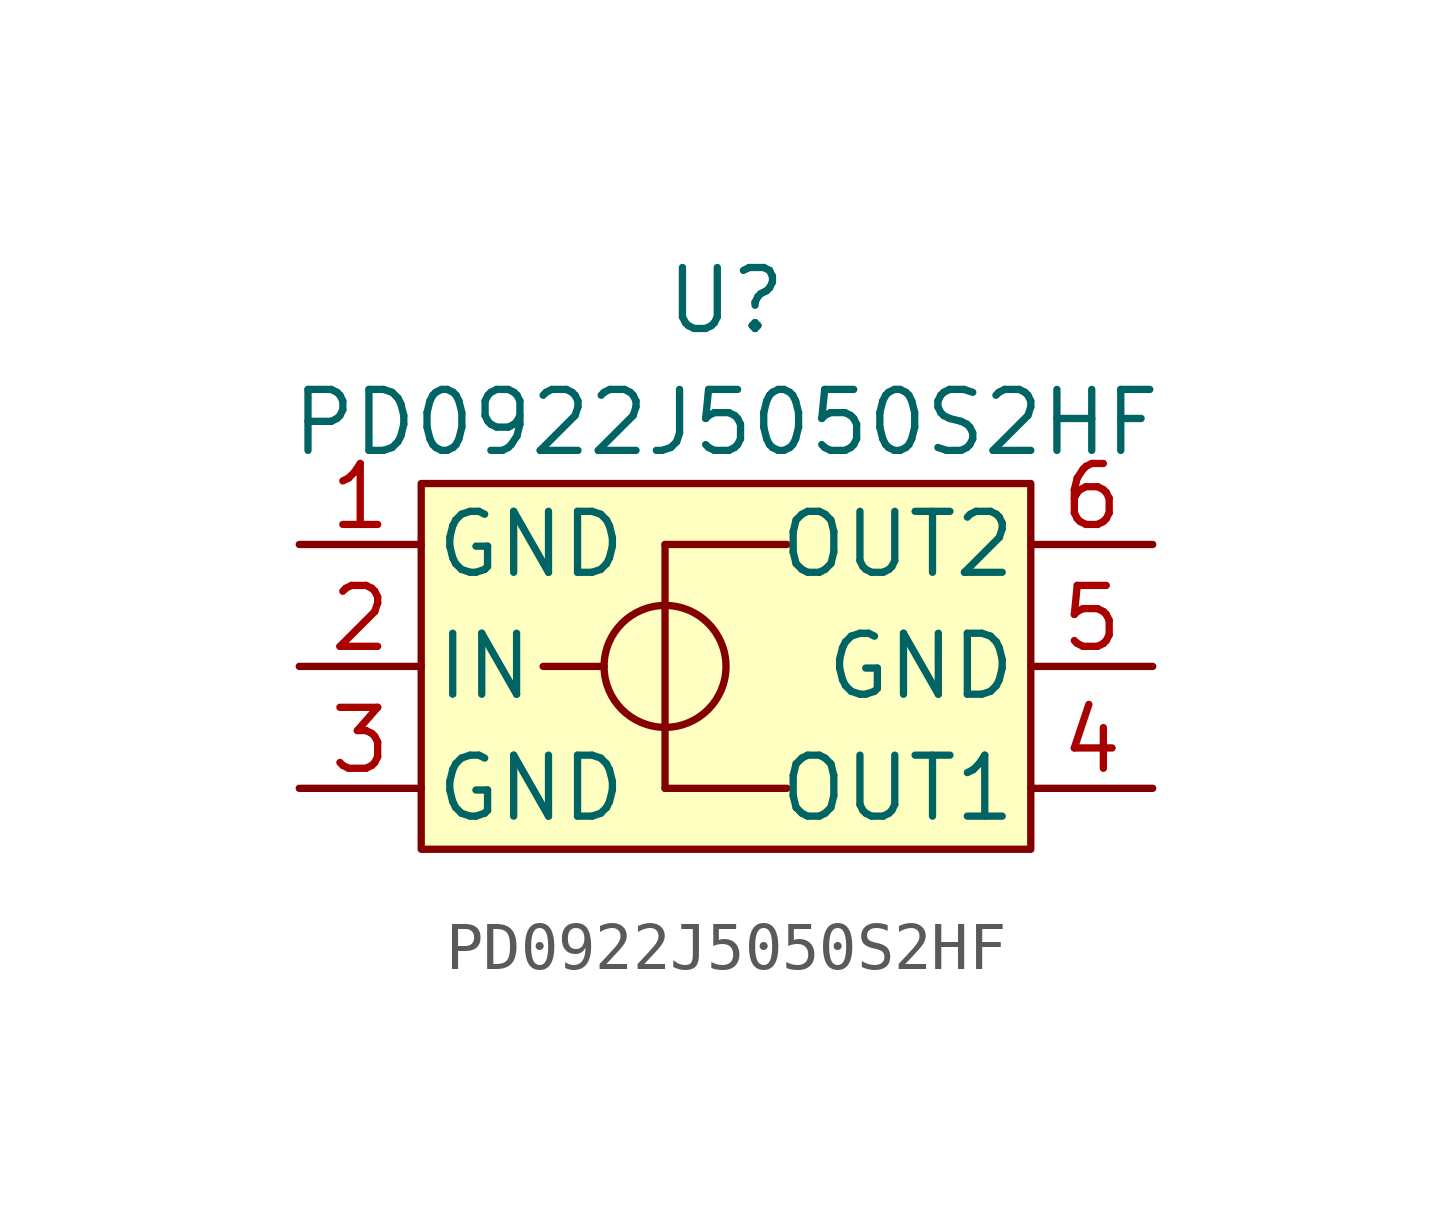
<source format=kicad_sym>
(kicad_symbol_lib
  (version 20211014)
  (generator kicad_symbol_editor)
  (symbol "PD0922J5050S2HF"
    (pin_names
      (offset 0.254))
    (property "Reference" "U"
      (at 0 7.62 0)
      (effects (font (size 1.27 1.27))))
    (property "Value" "PD0922J5050S2HF"
      (at 0 5.08 0)
      (effects (font (size 1.27 1.27))))
    (symbol "PD0922J5050S2HF_0_1"
      (rectangle (start -6.35 3.81) (end 6.35 -3.81) (stroke (width 0) (type default) (color 0 0 0 0)) (fill (type background)))
      (circle (center -1.27 0) (radius 1.27) (stroke (width 0) (type default) (color 0 0 0 0)) (fill (type none)))
      (polyline (pts (xy -2.54 0) (xy -3.81 0)) (stroke (width 0) (type default) (color 0 0 0 0)) (fill (type none)))
      (polyline (pts (xy -1.27 -2.54) (xy 1.27 -2.54)) (stroke (width 0) (type default) (color 0 0 0 0)) (fill (type none)))
      (polyline (pts (xy -1.27 2.54) (xy -1.27 -2.54)) (stroke (width 0) (type default) (color 0 0 0 0)) (fill (type none)))
      (polyline (pts (xy -1.27 2.54) (xy 1.27 2.54)) (stroke (width 0) (type default) (color 0 0 0 0)) (fill (type none)))
      (pin passive line (at -8.89 2.54 0) (length 2.54) (name "GND" (effects (font (size 1.27 1.27)))) (number "1" (effects (font (size 1.27 1.27)))))
      (pin passive line (at -8.89 0 0) (length 2.54) (name "IN" (effects (font (size 1.27 1.27)))) (number "2" (effects (font (size 1.27 1.27)))))
      (pin passive line (at -8.89 -2.54 0) (length 2.54) (name "GND" (effects (font (size 1.27 1.27)))) (number "3" (effects (font (size 1.27 1.27)))))
      (pin passive line (at 8.89 -2.54 180) (length 2.54) (name "OUT1" (effects (font (size 1.27 1.27)))) (number "4" (effects (font (size 1.27 1.27)))))
      (pin passive line (at 8.89 0 180) (length 2.54) (name "GND" (effects (font (size 1.27 1.27)))) (number "5" (effects (font (size 1.27 1.27)))))
      (pin passive line (at 8.89 2.54 180) (length 2.54) (name "OUT2" (effects (font (size 1.27 1.27)))) (number "6" (effects (font (size 1.27 1.27))))))))
</source>
